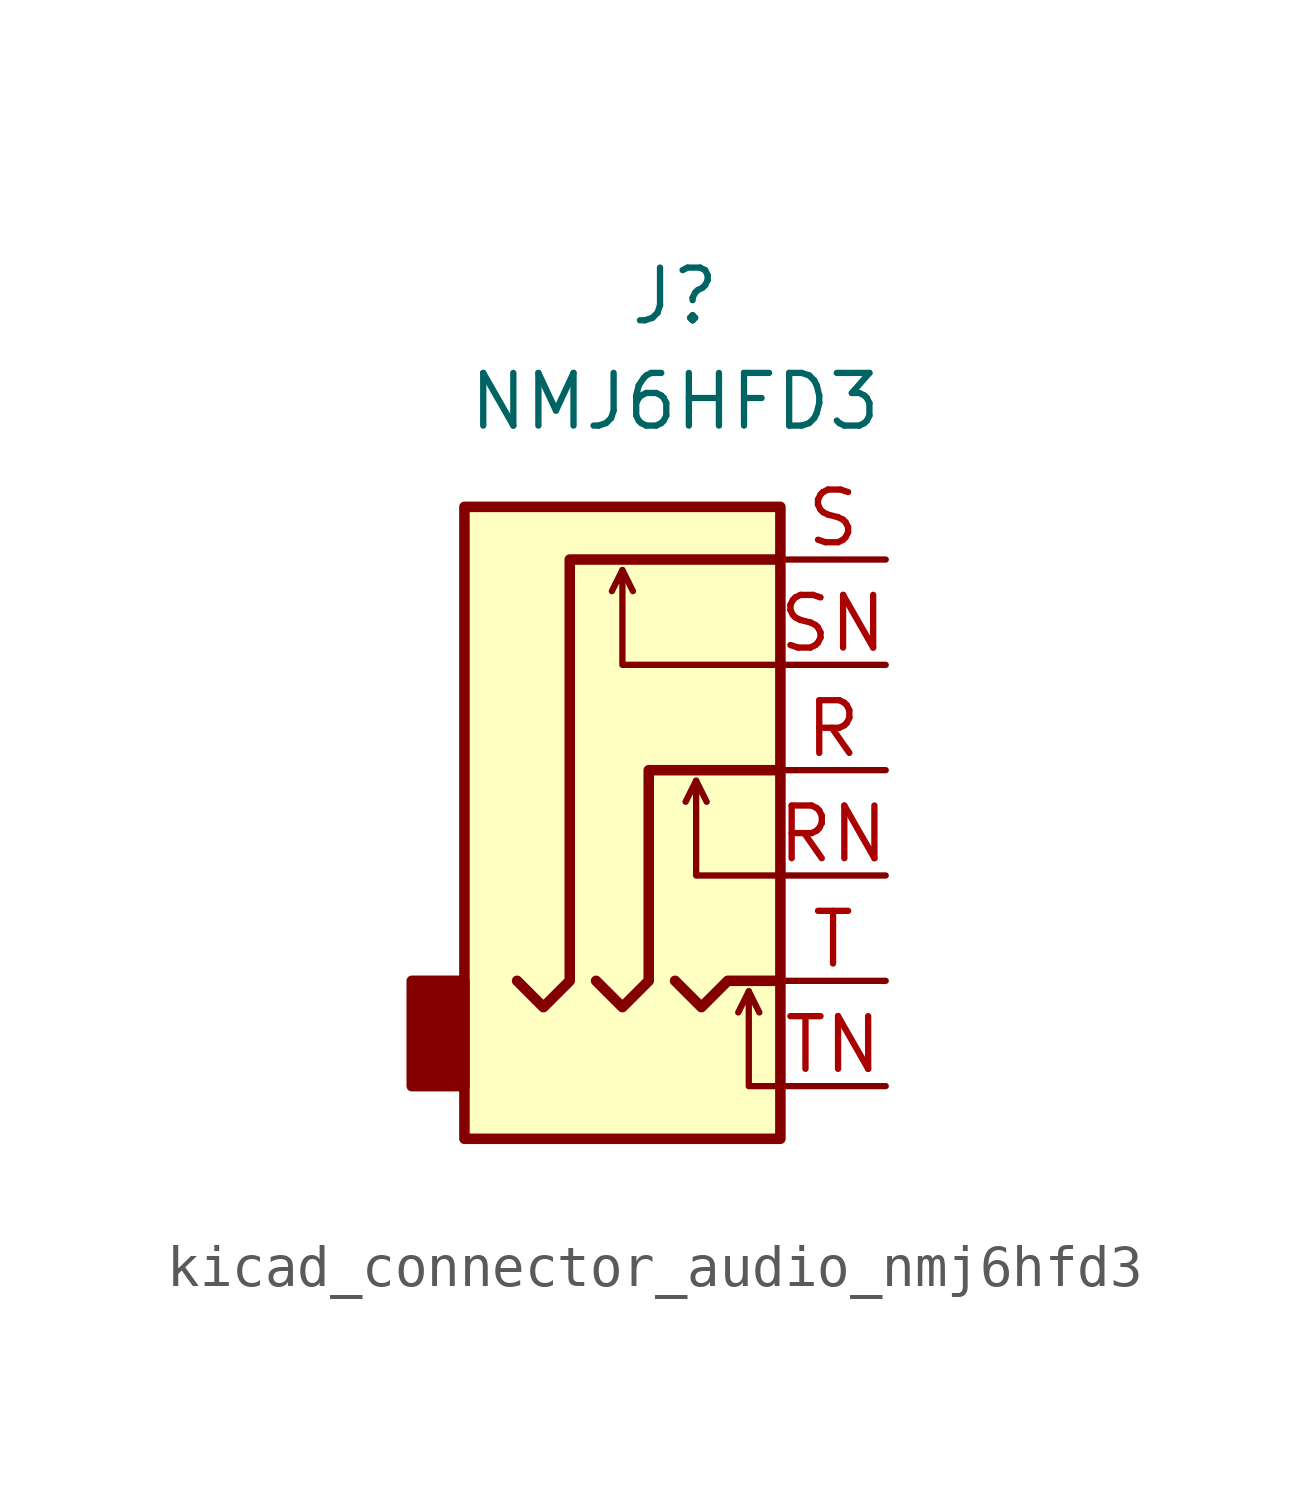
<source format=kicad_sym>
(kicad_symbol_lib
  (version 20220914)
  (generator kicad_symbol_editor)
  (symbol "kicad_connector_audio_nmj6hfd3"
    (property "Reference" "J"
      (at 0 11.43 0)
      (effects (font (size 1.27 1.27))))
    (property "Value" "NMJ6HFD3"
      (at 0 8.89 0)
      (effects (font (size 1.27 1.27))))
    (symbol "kicad_connector_audio_nmj6hfd3_0_1"
      (rectangle (start -5.08 -5.08) (end -6.35 -7.62) (stroke (width 0.254) (type default)) (fill (type outline)))
      (polyline (pts (xy -1.27 4.826) (xy -1.016 4.318)) (stroke (width 0) (type default)) (fill (type none)))
      (polyline (pts (xy 0.508 -0.254) (xy 0.762 -0.762)) (stroke (width 0) (type default)) (fill (type none)))
      (polyline (pts (xy 1.778 -5.334) (xy 2.032 -5.842)) (stroke (width 0) (type default)) (fill (type none)))
      (polyline (pts (xy 0 -5.08) (xy 0.635 -5.715) (xy 1.27 -5.08) (xy 2.54 -5.08)) (stroke (width 0.254) (type default)) (fill (type none)))
      (polyline (pts (xy 2.54 -7.62) (xy 1.778 -7.62) (xy 1.778 -5.334) (xy 1.524 -5.842)) (stroke (width 0) (type default)) (fill (type none)))
      (polyline (pts (xy 2.54 -2.54) (xy 0.508 -2.54) (xy 0.508 -0.254) (xy 0.254 -0.762)) (stroke (width 0) (type default)) (fill (type none)))
      (polyline (pts (xy 2.54 2.54) (xy -1.27 2.54) (xy -1.27 4.826) (xy -1.524 4.318)) (stroke (width 0) (type default)) (fill (type none)))
      (polyline (pts (xy -1.905 -5.08) (xy -1.27 -5.715) (xy -0.635 -5.08) (xy -0.635 0) (xy 2.54 0)) (stroke (width 0.254) (type default)) (fill (type none)))
      (polyline (pts (xy 2.54 5.08) (xy -2.54 5.08) (xy -2.54 -5.08) (xy -3.175 -5.715) (xy -3.81 -5.08)) (stroke (width 0.254) (type default)) (fill (type none)))
      (rectangle (start 2.54 6.35) (end -5.08 -8.89) (stroke (width 0.254) (type default)) (fill (type background))))
    (symbol "kicad_connector_audio_nmj6hfd3_1_1"
      (pin passive line (at 5.08 0 180) (length 2.54) (name "~" (effects (font (size 1.27 1.27)))) (number "R" (effects (font (size 1.27 1.27)))))
      (pin passive line (at 5.08 -2.54 180) (length 2.54) (name "~" (effects (font (size 1.27 1.27)))) (number "RN" (effects (font (size 1.27 1.27)))))
      (pin passive line (at 5.08 5.08 180) (length 2.54) (name "~" (effects (font (size 1.27 1.27)))) (number "S" (effects (font (size 1.27 1.27)))))
      (pin passive line (at 5.08 2.54 180) (length 2.54) (name "~" (effects (font (size 1.27 1.27)))) (number "SN" (effects (font (size 1.27 1.27)))))
      (pin passive line (at 5.08 -5.08 180) (length 2.54) (name "~" (effects (font (size 1.27 1.27)))) (number "T" (effects (font (size 1.27 1.27)))))
      (pin passive line (at 5.08 -7.62 180) (length 2.54) (name "~" (effects (font (size 1.27 1.27)))) (number "TN" (effects (font (size 1.27 1.27))))))))
</source>
